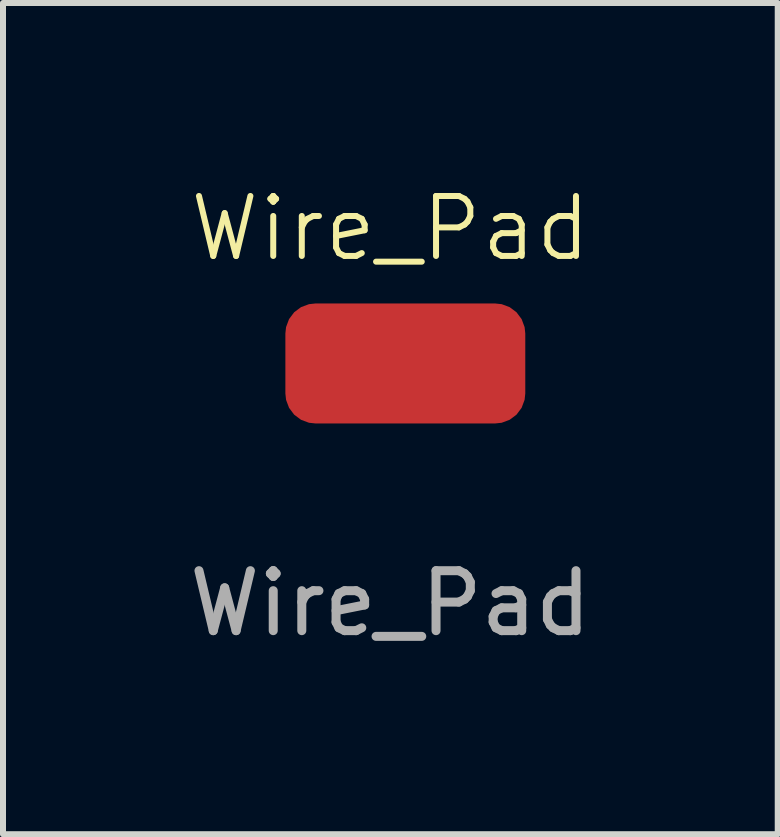
<source format=kicad_pcb>
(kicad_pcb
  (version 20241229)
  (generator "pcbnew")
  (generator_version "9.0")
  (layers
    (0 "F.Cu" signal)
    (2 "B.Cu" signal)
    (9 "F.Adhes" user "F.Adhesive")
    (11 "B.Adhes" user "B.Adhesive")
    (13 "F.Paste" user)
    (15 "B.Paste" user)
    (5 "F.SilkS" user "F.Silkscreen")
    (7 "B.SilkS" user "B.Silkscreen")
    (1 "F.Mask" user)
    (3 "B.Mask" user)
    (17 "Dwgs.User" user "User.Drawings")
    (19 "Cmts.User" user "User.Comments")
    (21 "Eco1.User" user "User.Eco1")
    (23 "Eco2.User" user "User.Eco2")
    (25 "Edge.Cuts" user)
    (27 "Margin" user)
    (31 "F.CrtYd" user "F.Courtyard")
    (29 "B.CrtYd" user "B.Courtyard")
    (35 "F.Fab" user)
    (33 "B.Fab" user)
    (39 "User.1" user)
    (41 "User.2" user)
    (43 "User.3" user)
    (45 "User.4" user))
  (footprint "Wire_Pad"
    (layer "F.Cu")
    (at 3.708 3.01)
    (property "Reference" "Wire_Pad" (at -0.25 -2.25 0) (unlocked yes) (layer "F.SilkS") (effects (font (size 1 1) (thickness 0.1))))
    (attr smd)
    (fp_text user "${REFERENCE}" (at -0.25 4 0) (unlocked yes) (layer "F.Fab") (effects (font (size 1 1) (thickness 0.15))))
    (pad "1" smd roundrect (at 0 0) (size 4 2) (layers "F.Cu" "F.Mask" "F.Paste") (roundrect_rratio 0.25)))
  (gr_rect
    (start -3 -3)
    (end 9.917 10.859)
    (stroke (width 0.1) (type default))
    (fill no)
    (layer "Edge.Cuts")))
</source>
